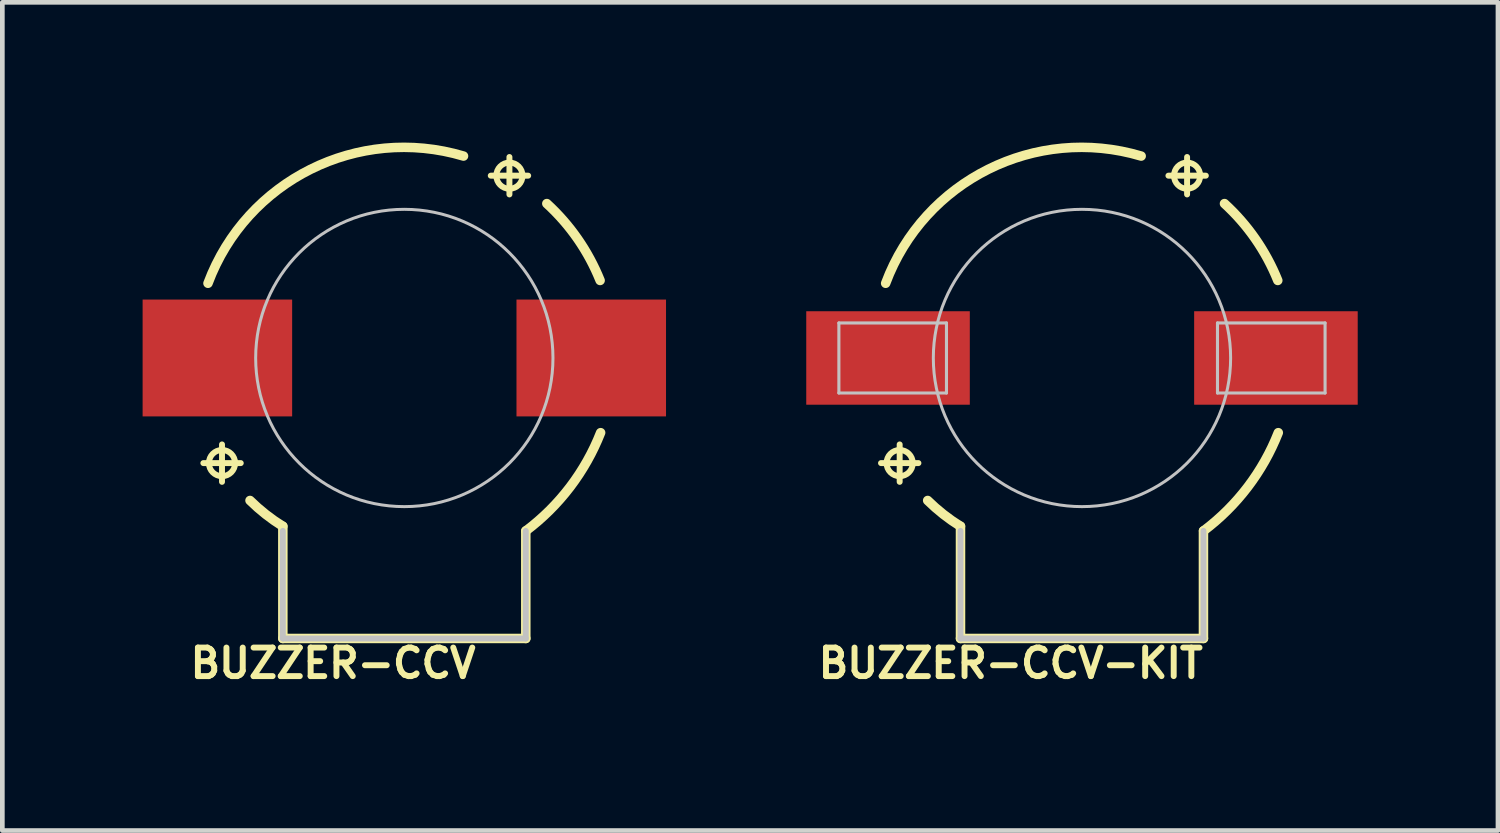
<source format=kicad_pcb>
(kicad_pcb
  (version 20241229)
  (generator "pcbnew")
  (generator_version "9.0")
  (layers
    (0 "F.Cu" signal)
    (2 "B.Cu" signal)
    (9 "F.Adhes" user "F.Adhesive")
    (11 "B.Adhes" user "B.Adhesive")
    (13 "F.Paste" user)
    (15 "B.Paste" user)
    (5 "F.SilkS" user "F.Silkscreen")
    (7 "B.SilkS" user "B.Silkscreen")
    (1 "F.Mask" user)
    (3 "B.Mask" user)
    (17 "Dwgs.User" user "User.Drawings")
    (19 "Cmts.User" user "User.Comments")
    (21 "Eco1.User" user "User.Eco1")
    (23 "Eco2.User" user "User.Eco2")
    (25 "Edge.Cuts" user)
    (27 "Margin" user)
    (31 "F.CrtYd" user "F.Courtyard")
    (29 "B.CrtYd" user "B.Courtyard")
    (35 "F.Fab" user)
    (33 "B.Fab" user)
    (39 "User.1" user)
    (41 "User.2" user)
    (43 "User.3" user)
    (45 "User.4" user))
  (footprint "BUZZER-CCV"
    (layer "F.Cu")
    (at 5.597 4.606)
    (property "Reference" "BUZZER-CCV" (at -1.524 6.528 180) (layer "F.SilkS") (effects (font (size 0.61 0.61) (thickness 0.127))))
    (attr smd)
    (fp_line (start -4.298 2.248) (end -3.498 2.248) (stroke (width 0.127) (type solid)) (layer "F.SilkS"))
    (fp_line (start -3.899 2.649) (end -3.899 1.849) (stroke (width 0.127) (type solid)) (layer "F.SilkS"))
    (fp_line (start -2.598 5.999) (end -2.598 3.599) (stroke (width 0.203) (type solid)) (layer "F.SilkS"))
    (fp_line (start -2.598 5.999) (end 2.598 5.999) (stroke (width 0.203) (type solid)) (layer "F.SilkS"))
    (fp_line (start 1.849 -3.899) (end 2.649 -3.899) (stroke (width 0.127) (type solid)) (layer "F.SilkS"))
    (fp_line (start 2.248 -3.498) (end 2.248 -4.298) (stroke (width 0.127) (type solid)) (layer "F.SilkS"))
    (fp_line (start 2.598 5.999) (end 2.598 3.698) (stroke (width 0.203) (type solid)) (layer "F.SilkS"))
    (fp_arc (start -4.19862 -1.59766) (mid -2.002832 -4.035588) (end 1.265977 -4.3182) (stroke (width 0.2032) (type solid)) (layer "F.SilkS"))
    (fp_arc (start -2.59842 3.59918) (mid -2.964698 3.343253) (end -3.299908 3.047799) (stroke (width 0.2032) (type solid)) (layer "F.SilkS"))
    (fp_arc (start 3.048 -3.302) (mid 3.709998 -2.543969) (end 4.187605 -1.658111) (stroke (width 0.2032) (type solid)) (layer "F.SilkS"))
    (fp_arc (start 4.19862 1.59766) (mid 3.545549 2.758251) (end 2.601146 3.697174) (stroke (width 0.2032) (type solid)) (layer "F.SilkS"))
    (fp_circle (center -3.899 2.248) (end -4.097 2.446) (stroke (width 0.127) (type solid)) (fill no) (layer "F.SilkS"))
    (fp_circle (center 2.248 -3.899) (end 2.446 -4.097) (stroke (width 0.127) (type solid)) (fill no) (layer "F.SilkS"))
    (fp_line (start -2.598 5.999) (end -2.598 3.698) (stroke (width 0.127) (type solid)) (layer "Dwgs.User"))
    (fp_line (start 2.598 5.999) (end -2.598 5.999) (stroke (width 0.127) (type solid)) (layer "Dwgs.User"))
    (fp_line (start 2.598 5.999) (end 2.598 3.698) (stroke (width 0.127) (type solid)) (layer "Dwgs.User"))
    (fp_circle (center 0 0) (end -2.248 2.248) (stroke (width 0.064) (type solid)) (fill no) (layer "Dwgs.User"))
    (pad "+" smd rect (at 3.998 0) (size 3.198 2.499) (layers "F.Cu" "F.Mask" "F.Paste"))
    (pad "-" smd rect (at -3.998 0) (size 3.198 2.499) (layers "F.Cu" "F.Mask" "F.Paste")))
  (footprint "BUZZER-CCV-KIT"
    (layer "F.Cu")
    (at 20.09 4.606)
    (property "Reference" "BUZZER-CCV-KIT" (at -1.524 6.528 180) (layer "F.SilkS") (effects (font (size 0.61 0.61) (thickness 0.127))))
    (attr smd)
    (fp_line (start -4.298 2.248) (end -3.498 2.248) (stroke (width 0.127) (type solid)) (layer "F.SilkS"))
    (fp_line (start -3.899 2.649) (end -3.899 1.849) (stroke (width 0.127) (type solid)) (layer "F.SilkS"))
    (fp_line (start -2.598 5.999) (end -2.598 3.599) (stroke (width 0.203) (type solid)) (layer "F.SilkS"))
    (fp_line (start -2.598 5.999) (end 2.598 5.999) (stroke (width 0.203) (type solid)) (layer "F.SilkS"))
    (fp_line (start 1.849 -3.899) (end 2.649 -3.899) (stroke (width 0.127) (type solid)) (layer "F.SilkS"))
    (fp_line (start 2.248 -3.498) (end 2.248 -4.298) (stroke (width 0.127) (type solid)) (layer "F.SilkS"))
    (fp_line (start 2.598 5.999) (end 2.598 3.698) (stroke (width 0.203) (type solid)) (layer "F.SilkS"))
    (fp_arc (start -4.19862 -1.59766) (mid -2.002832 -4.035588) (end 1.265977 -4.3182) (stroke (width 0.2032) (type solid)) (layer "F.SilkS"))
    (fp_arc (start -2.59842 3.59918) (mid -2.964698 3.343253) (end -3.299908 3.047799) (stroke (width 0.2032) (type solid)) (layer "F.SilkS"))
    (fp_arc (start 3.048 -3.302) (mid 3.709998 -2.543969) (end 4.187605 -1.658111) (stroke (width 0.2032) (type solid)) (layer "F.SilkS"))
    (fp_arc (start 4.19862 1.59766) (mid 3.545549 2.758251) (end 2.601146 3.697174) (stroke (width 0.2032) (type solid)) (layer "F.SilkS"))
    (fp_circle (center -3.899 2.248) (end -4.097 2.446) (stroke (width 0.127) (type solid)) (fill no) (layer "F.SilkS"))
    (fp_circle (center 2.248 -3.899) (end 2.446 -4.097) (stroke (width 0.127) (type solid)) (fill no) (layer "F.SilkS"))
    (fp_line (start -5.199 -0.749) (end -2.898 -0.749) (stroke (width 0.066) (type solid)) (layer "Dwgs.User"))
    (fp_line (start -5.199 0.749) (end -5.199 -0.749) (stroke (width 0.066) (type solid)) (layer "Dwgs.User"))
    (fp_line (start -5.199 0.749) (end -2.898 0.749) (stroke (width 0.066) (type solid)) (layer "Dwgs.User"))
    (fp_line (start -2.898 0.749) (end -2.898 -0.749) (stroke (width 0.066) (type solid)) (layer "Dwgs.User"))
    (fp_line (start -2.598 5.999) (end -2.598 3.698) (stroke (width 0.127) (type solid)) (layer "Dwgs.User"))
    (fp_line (start 2.598 5.999) (end -2.598 5.999) (stroke (width 0.127) (type solid)) (layer "Dwgs.User"))
    (fp_line (start 2.598 5.999) (end 2.598 3.698) (stroke (width 0.127) (type solid)) (layer "Dwgs.User"))
    (fp_line (start 2.898 -0.749) (end 5.199 -0.749) (stroke (width 0.066) (type solid)) (layer "Dwgs.User"))
    (fp_line (start 2.898 0.749) (end 2.898 -0.749) (stroke (width 0.066) (type solid)) (layer "Dwgs.User"))
    (fp_line (start 2.898 0.749) (end 5.199 0.749) (stroke (width 0.066) (type solid)) (layer "Dwgs.User"))
    (fp_line (start 5.199 0.749) (end 5.199 -0.749) (stroke (width 0.066) (type solid)) (layer "Dwgs.User"))
    (fp_circle (center 0 0) (end -2.248 2.248) (stroke (width 0.064) (type solid)) (fill no) (layer "Dwgs.User"))
    (pad "+" smd rect (at 4.148 0) (size 3.498 1.999) (layers "F.Cu" "F.Mask" "F.Paste"))
    (pad "-" smd rect (at -4.148 0) (size 3.498 1.999) (layers "F.Cu" "F.Mask" "F.Paste")))
  (gr_rect
    (start -3 -3)
    (end 28.987 14.713)
    (stroke (width 0.1) (type default))
    (fill no)
    (layer "Edge.Cuts")))
</source>
